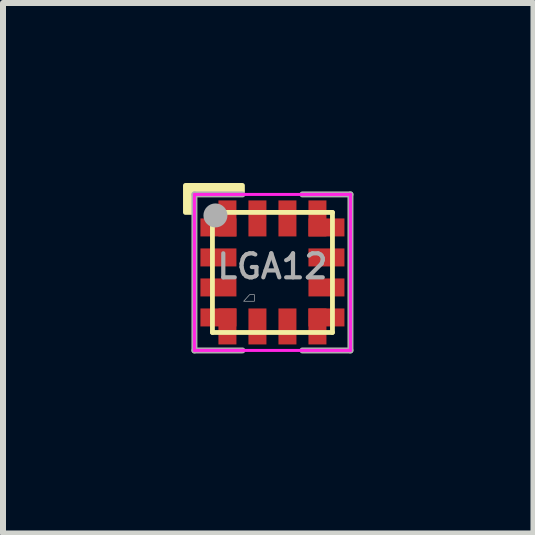
<source format=kicad_pcb>
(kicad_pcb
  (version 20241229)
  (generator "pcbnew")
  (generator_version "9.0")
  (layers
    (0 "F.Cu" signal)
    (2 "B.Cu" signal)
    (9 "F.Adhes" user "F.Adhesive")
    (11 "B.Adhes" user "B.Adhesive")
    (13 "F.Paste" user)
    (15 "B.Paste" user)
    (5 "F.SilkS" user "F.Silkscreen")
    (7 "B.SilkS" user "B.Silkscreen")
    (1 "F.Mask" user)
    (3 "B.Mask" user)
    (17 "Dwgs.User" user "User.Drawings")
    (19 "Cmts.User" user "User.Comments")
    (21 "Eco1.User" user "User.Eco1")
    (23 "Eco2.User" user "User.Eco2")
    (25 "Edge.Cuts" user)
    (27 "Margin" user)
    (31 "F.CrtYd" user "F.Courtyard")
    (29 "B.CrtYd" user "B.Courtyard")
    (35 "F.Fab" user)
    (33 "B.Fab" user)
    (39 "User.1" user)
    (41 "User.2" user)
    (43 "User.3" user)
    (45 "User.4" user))
  (footprint "LGA12"
    (layer "F.Cu")
    (at 1.49 1.49)
    (property "Reference" "LGA12" (at 0 -0.1 0) (layer "F.Fab") (effects (font (size 0.4 0.4) (thickness 0.07))))
    (attr smd)
    (fp_line (start -1 -1) (end 1 -1) (stroke (width 0.08) (type solid)) (layer "F.SilkS"))
    (fp_line (start -1 1) (end -1 -1) (stroke (width 0.08) (type solid)) (layer "F.SilkS"))
    (fp_line (start 1 -1) (end 1 1) (stroke (width 0.08) (type solid)) (layer "F.SilkS"))
    (fp_line (start 1 1) (end -1 1) (stroke (width 0.08) (type solid)) (layer "F.SilkS"))
    (fp_poly (pts (xy -0.5 -1.35) (xy -1.35 -1.35) (xy -1.35 -1) (xy -1.45 -1) (xy -1.45 -1.45) (xy -0.5 -1.45)) (stroke (width 0.08) (type solid)) (fill yes) (layer "F.SilkS"))
    (fp_poly (pts (xy -0.3 0.48) (xy -0.48 0.48) (xy -0.38 0.37) (xy -0.3 0.37)) (stroke (width 0.01) (type solid)) (fill no) (layer "Dwgs.User"))
    (fp_line (start -1.3 -1.3) (end -1.3 1.3) (stroke (width 0.05) (type solid)) (layer "F.CrtYd"))
    (fp_line (start -1.3 1.3) (end 1.3 1.3) (stroke (width 0.05) (type solid)) (layer "F.CrtYd"))
    (fp_line (start 1.3 -1.3) (end -1.3 -1.3) (stroke (width 0.05) (type solid)) (layer "F.CrtYd"))
    (fp_line (start 1.3 1.3) (end 1.3 -1.3) (stroke (width 0.05) (type solid)) (layer "F.CrtYd"))
    (fp_line (start -1.3 -1.3) (end -1.3 1.3) (stroke (width 0.1) (type solid)) (layer "F.Fab"))
    (fp_line (start -1.3 1.3) (end -0.5 1.3) (stroke (width 0.1) (type solid)) (layer "F.Fab"))
    (fp_line (start -0.5 -1.3) (end -1.3 -1.3) (stroke (width 0.1) (type solid)) (layer "F.Fab"))
    (fp_line (start 0.5 -1.3) (end 1.3 -1.3) (stroke (width 0.1) (type solid)) (layer "F.Fab"))
    (fp_line (start 1.3 -1.3) (end 1.3 1.3) (stroke (width 0.1) (type solid)) (layer "F.Fab"))
    (fp_line (start 1.3 1.3) (end 0.5 1.3) (stroke (width 0.1) (type solid)) (layer "F.Fab"))
    (fp_circle (center -0.95 -0.95) (end -0.85 -0.95) (stroke (width 0.2) (type solid)) (fill no) (layer "F.Fab"))
    (pad "1" smd rect (at -0.9 -0.75) (size 0.6 0.3) (layers "F.Cu" "F.Mask" "F.Paste"))
    (pad "1" smd rect (at -0.75 -0.9 270) (size 0.6 0.3) (layers "F.Cu" "F.Mask" "F.Paste"))
    (pad "2" smd rect (at -0.9 -0.25) (size 0.6 0.3) (layers "F.Cu" "F.Mask" "F.Paste"))
    (pad "3" smd rect (at -0.9 0.25) (size 0.6 0.3) (layers "F.Cu" "F.Mask" "F.Paste"))
    (pad "4" smd rect (at -0.9 0.75) (size 0.6 0.3) (layers "F.Cu" "F.Mask" "F.Paste"))
    (pad "4" smd rect (at -0.75 0.9 90) (size 0.6 0.3) (layers "F.Cu" "F.Mask" "F.Paste"))
    (pad "5" smd rect (at -0.25 0.9 90) (size 0.6 0.3) (layers "F.Cu" "F.Mask" "F.Paste"))
    (pad "6" smd rect (at 0.25 0.9 90) (size 0.6 0.3) (layers "F.Cu" "F.Mask" "F.Paste"))
    (pad "7" smd rect (at 0.75 0.9 90) (size 0.6 0.3) (layers "F.Cu" "F.Mask" "F.Paste"))
    (pad "7" smd rect (at 0.9 0.75 180) (size 0.6 0.3) (layers "F.Cu" "F.Mask" "F.Paste"))
    (pad "8" smd rect (at 0.9 0.25) (size 0.6 0.3) (layers "F.Cu" "F.Mask" "F.Paste"))
    (pad "9" smd rect (at 0.9 -0.25) (size 0.6 0.3) (layers "F.Cu" "F.Mask" "F.Paste"))
    (pad "10" smd rect (at 0.75 -0.9 270) (size 0.6 0.3) (layers "F.Cu" "F.Mask" "F.Paste"))
    (pad "10" smd rect (at 0.9 -0.75 180) (size 0.6 0.3) (layers "F.Cu" "F.Mask" "F.Paste"))
    (pad "11" smd rect (at 0.25 -0.9 90) (size 0.6 0.3) (layers "F.Cu" "F.Mask" "F.Paste"))
    (pad "12" smd rect (at -0.25 -0.9 90) (size 0.6 0.3) (layers "F.Cu" "F.Mask" "F.Paste")))
  (gr_rect
    (start -3 -3)
    (end 5.84 5.84)
    (stroke (width 0.1) (type default))
    (fill no)
    (layer "Edge.Cuts")))
</source>
